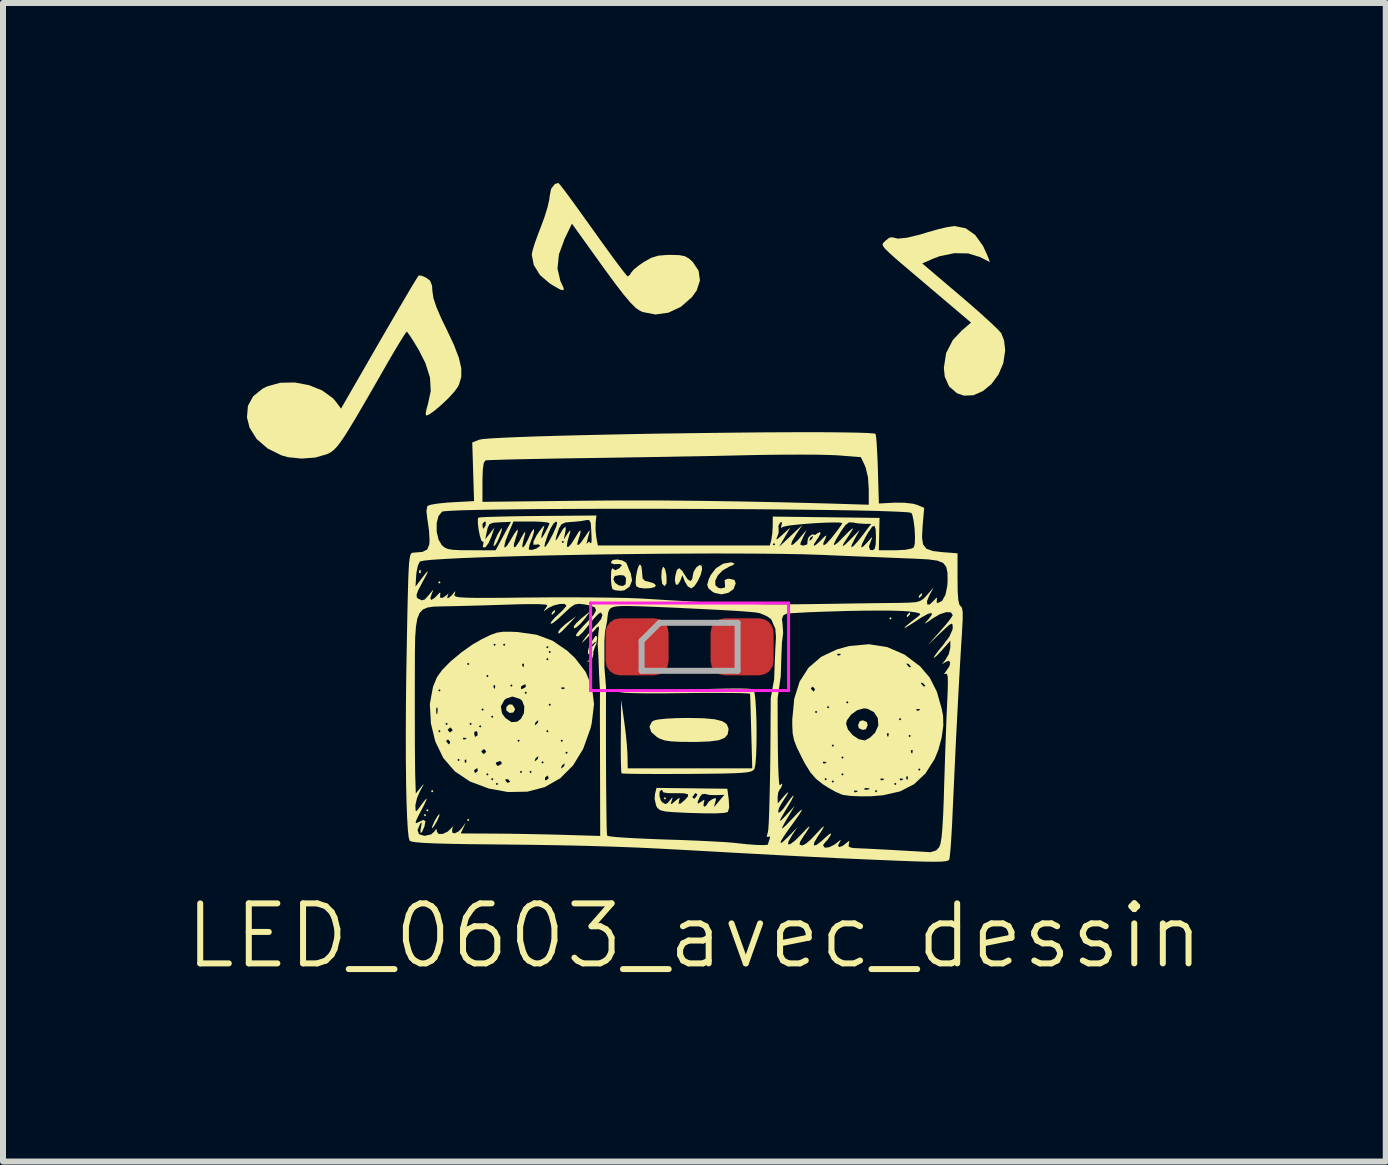
<source format=kicad_pcb>
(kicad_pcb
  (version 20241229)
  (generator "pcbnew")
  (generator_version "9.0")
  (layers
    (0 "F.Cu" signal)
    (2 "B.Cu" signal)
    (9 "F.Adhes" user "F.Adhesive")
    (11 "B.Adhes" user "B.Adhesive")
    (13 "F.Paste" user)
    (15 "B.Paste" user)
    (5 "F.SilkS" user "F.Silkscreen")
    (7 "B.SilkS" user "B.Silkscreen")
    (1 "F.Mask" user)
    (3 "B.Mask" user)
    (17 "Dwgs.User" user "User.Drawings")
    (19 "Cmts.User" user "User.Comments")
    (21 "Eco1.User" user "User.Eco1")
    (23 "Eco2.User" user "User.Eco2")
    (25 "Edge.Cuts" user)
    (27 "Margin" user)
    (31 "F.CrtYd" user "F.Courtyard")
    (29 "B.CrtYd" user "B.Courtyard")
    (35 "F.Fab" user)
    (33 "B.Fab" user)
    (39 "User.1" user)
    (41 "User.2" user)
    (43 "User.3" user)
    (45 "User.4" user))
  (footprint "LED_0603_avec_dessin"
    (layer "F.Cu")
    (at 8.446 8.133)
    (property "Reference" "LED_0603_avec_dessin" (at 0.08 4.42 0) (unlocked yes) (layer "F.SilkS") (effects (font (size 1 1) (thickness 0.1))))
    (attr board_only exclude_from_pos_files exclude_from_bom)
    (fp_poly (pts (xy -4.391 2.406) (xy -4.411 2.426) (xy -4.431 2.406) (xy -4.411 2.386)) (stroke (width 0) (type solid)) (fill yes) (layer "F.SilkS"))
    (fp_poly (pts (xy -4.351 2.326) (xy -4.371 2.346) (xy -4.391 2.326) (xy -4.371 2.306)) (stroke (width 0) (type solid)) (fill yes) (layer "F.SilkS"))
    (fp_poly (pts (xy -4.271 2.006) (xy -4.291 2.026) (xy -4.311 2.006) (xy -4.291 1.986)) (stroke (width 0) (type solid)) (fill yes) (layer "F.SilkS"))
    (fp_poly (pts (xy -4.151 -1.474) (xy -4.171 -1.454) (xy -4.191 -1.474) (xy -4.171 -1.494)) (stroke (width 0) (type solid)) (fill yes) (layer "F.SilkS"))
    (fp_poly (pts (xy -3.671 2.486) (xy -3.691 2.506) (xy -3.711 2.486) (xy -3.691 2.466)) (stroke (width 0) (type solid)) (fill yes) (layer "F.SilkS"))
    (fp_poly (pts (xy -0.391 2.126) (xy -0.411 2.146) (xy -0.431 2.126) (xy -0.411 2.106)) (stroke (width 0) (type solid)) (fill yes) (layer "F.SilkS"))
    (fp_poly (pts (xy 3.369 -0.874) (xy 3.349 -0.854) (xy 3.329 -0.874) (xy 3.349 -0.894)) (stroke (width 0) (type solid)) (fill yes) (layer "F.SilkS"))
    (fp_poly (pts (xy -4.485 -1.681) (xy -4.48 -1.633) (xy -4.485 -1.627) (xy -4.509 -1.633) (xy -4.511 -1.654) (xy -4.497 -1.687)) (stroke (width 0) (type solid)) (fill yes) (layer "F.SilkS"))
    (fp_poly (pts (xy -2.955 0.564) (xy -2.915 0.624) (xy -2.911 0.649) (xy -2.94 0.696) (xy -3.001 0.702) (xy -3.054 0.663) (xy -3.055 0.603) (xy -3.01 0.56)) (stroke (width 0) (type solid)) (fill yes) (layer "F.SilkS"))
    (fp_poly (pts (xy -2.244 -0.988) (xy -2.251 -0.974) (xy -2.289 -0.936) (xy -2.296 -0.934) (xy -2.299 -0.96) (xy -2.291 -0.974) (xy -2.254 -1.012) (xy -2.247 -1.014)) (stroke (width 0) (type solid)) (fill yes) (layer "F.SilkS"))
    (fp_poly (pts (xy 2.955 0.854) (xy 2.969 0.906) (xy 2.94 0.973) (xy 2.889 0.986) (xy 2.822 0.958) (xy 2.809 0.906) (xy 2.837 0.839) (xy 2.889 0.826)) (stroke (width 0) (type solid)) (fill yes) (layer "F.SilkS"))
    (fp_poly (pts (xy 3.676 -0.948) (xy 3.669 -0.934) (xy 3.631 -0.896) (xy 3.624 -0.894) (xy 3.621 -0.92) (xy 3.629 -0.934) (xy 3.666 -0.972) (xy 3.673 -0.974)) (stroke (width 0) (type solid)) (fill yes) (layer "F.SilkS"))
    (fp_poly (pts (xy 3.876 -1.268) (xy 3.869 -1.254) (xy 3.831 -1.216) (xy 3.824 -1.214) (xy 3.821 -1.24) (xy 3.829 -1.254) (xy 3.866 -1.292) (xy 3.873 -1.294)) (stroke (width 0) (type solid)) (fill yes) (layer "F.SilkS"))
    (fp_poly (pts (xy -2.029 -0.762) (xy -2.125 -0.662) (xy -2.177 -0.62) (xy -2.19 -0.63) (xy -2.183 -0.66) (xy -2.143 -0.712) (xy -2.062 -0.784) (xy -2.029 -0.809) (xy -1.891 -0.91)) (stroke (width 0) (type solid)) (fill yes) (layer "F.SilkS"))
    (fp_poly (pts (xy -1.749 -0.866) (xy -1.819 -0.784) (xy -1.882 -0.728) (xy -1.925 -0.707) (xy -1.931 -0.733) (xy -1.927 -0.746) (xy -1.884 -0.8) (xy -1.803 -0.875) (xy -1.78 -0.894) (xy -1.654 -0.994)) (stroke (width 0) (type solid)) (fill yes) (layer "F.SilkS"))
    (fp_poly (pts (xy -3.135 -2.334) (xy -3.167 -2.238) (xy -3.206 -2.151) (xy -3.243 -2.092) (xy -3.265 -2.079) (xy -3.268 -2.094) (xy -3.249 -2.166) (xy -3.203 -2.268) (xy -3.188 -2.294) (xy -3.142 -2.37) (xy -3.127 -2.378)) (stroke (width 0) (type solid)) (fill yes) (layer "F.SilkS"))
    (fp_poly (pts (xy -4.172 2.417) (xy -4.204 2.492) (xy -4.211 2.506) (xy -4.259 2.587) (xy -4.291 2.626) (xy -4.294 2.626) (xy -4.291 2.595) (xy -4.258 2.52) (xy -4.251 2.506) (xy -4.204 2.425) (xy -4.172 2.387) (xy -4.169 2.386)) (stroke (width 0) (type solid)) (fill yes) (layer "F.SilkS"))
    (fp_poly (pts (xy -0.41 -1.698) (xy -0.389 -1.61) (xy -0.385 -1.574) (xy -0.384 -1.46) (xy -0.411 -1.415) (xy -0.42 -1.414) (xy -0.457 -1.451) (xy -0.471 -1.559) (xy -0.471 -1.574) (xy -0.464 -1.674) (xy -0.444 -1.73) (xy -0.436 -1.734)) (stroke (width 0) (type solid)) (fill yes) (layer "F.SilkS"))
    (fp_poly (pts (xy -0.803 -1.739) (xy -0.792 -1.653) (xy -0.791 -1.636) (xy -0.783 -1.541) (xy -0.744 -1.499) (xy -0.685 -1.486) (xy -0.6 -1.46) (xy -0.561 -1.424) (xy -0.584 -1.394) (xy -0.658 -1.377) (xy -0.752 -1.373) (xy -0.839 -1.384) (xy -0.89 -1.411) (xy -0.89 -1.411) (xy -0.9 -1.473) (xy -0.893 -1.57) (xy -0.874 -1.672) (xy -0.848 -1.75) (xy -0.826 -1.774)) (stroke (width 0) (type solid)) (fill yes) (layer "F.SilkS"))
    (fp_poly (pts (xy 0.2 -1.754) (xy 0.209 -1.694) (xy 0.184 -1.597) (xy 0.136 -1.493) (xy 0.079 -1.409) (xy 0.027 -1.374) (xy 0.026 -1.374) (xy -0.03 -1.407) (xy -0.077 -1.484) (xy -0.12 -1.594) (xy -0.155 -1.501) (xy -0.196 -1.435) (xy -0.229 -1.439) (xy -0.245 -1.504) (xy -0.24 -1.573) (xy -0.212 -1.682) (xy -0.172 -1.711) (xy -0.119 -1.662) (xy -0.092 -1.615) (xy -0.032 -1.525) (xy 0.018 -1.496) (xy 0.046 -1.534) (xy 0.049 -1.566) (xy 0.068 -1.652) (xy 0.113 -1.725) (xy 0.166 -1.763)) (stroke (width 0) (type solid)) (fill yes) (layer "F.SilkS"))
    (fp_poly (pts (xy 0.234 0.791) (xy 0.42 0.808) (xy 0.545 0.84) (xy 0.618 0.888) (xy 0.647 0.956) (xy 0.649 0.982) (xy 0.634 1.063) (xy 0.582 1.12) (xy 0.484 1.158) (xy 0.329 1.178) (xy 0.108 1.186) (xy 0.045 1.186) (xy -0.164 1.184) (xy -0.312 1.176) (xy -0.416 1.16) (xy -0.494 1.133) (xy -0.541 1.107) (xy -0.639 1.021) (xy -0.669 0.931) (xy -0.631 0.853) (xy -0.594 0.828) (xy -0.525 0.812) (xy -0.395 0.798) (xy -0.222 0.789) (xy -0.025 0.786) (xy -0.023 0.786)) (stroke (width 0) (type solid)) (fill yes) (layer "F.SilkS"))
    (fp_poly (pts (xy 0.715 -1.803) (xy 0.75 -1.785) (xy 0.717 -1.76) (xy 0.661 -1.736) (xy 0.55 -1.673) (xy 0.47 -1.589) (xy 0.428 -1.501) (xy 0.43 -1.426) (xy 0.482 -1.381) (xy 0.53 -1.374) (xy 0.591 -1.39) (xy 0.59 -1.45) (xy 0.589 -1.454) (xy 0.584 -1.513) (xy 0.634 -1.533) (xy 0.666 -1.534) (xy 0.747 -1.515) (xy 0.769 -1.459) (xy 0.734 -1.364) (xy 0.647 -1.3) (xy 0.533 -1.275) (xy 0.417 -1.298) (xy 0.379 -1.32) (xy 0.313 -1.376) (xy 0.294 -1.434) (xy 0.318 -1.521) (xy 0.351 -1.594) (xy 0.439 -1.709) (xy 0.56 -1.786) (xy 0.687 -1.808)) (stroke (width 0) (type solid)) (fill yes) (layer "F.SilkS"))
    (fp_poly (pts (xy -1.54 -0.551) (xy -1.554 -0.451) (xy -1.579 -0.394) (xy -1.606 -0.312) (xy -1.605 -0.27) (xy -1.62 -0.214) (xy -1.66 -0.172) (xy -1.707 -0.138) (xy -1.698 -0.155) (xy -1.681 -0.174) (xy -1.641 -0.235) (xy -1.633 -0.279) (xy -1.662 -0.28) (xy -1.663 -0.279) (xy -1.693 -0.282) (xy -1.694 -0.335) (xy -1.678 -0.389) (xy -1.671 -0.389) (xy -1.652 -0.377) (xy -1.599 -0.428) (xy -1.586 -0.444) (xy -1.552 -0.491) (xy -1.573 -0.481) (xy -1.601 -0.459) (xy -1.657 -0.41) (xy -1.671 -0.389) (xy -1.678 -0.389) (xy -1.67 -0.414) (xy -1.626 -0.497) (xy -1.609 -0.521) (xy -1.57 -0.58) (xy -1.55 -0.58)) (stroke (width 0) (type solid)) (fill yes) (layer "F.SilkS"))
    (fp_poly (pts (xy -1.122 -1.84) (xy -1.059 -1.804) (xy -1.047 -1.784) (xy -1.011 -1.691) (xy -0.981 -1.624) (xy -0.959 -1.506) (xy -0.999 -1.404) (xy -1.087 -1.342) (xy -1.144 -1.334) (xy -1.236 -1.342) (xy -1.285 -1.361) (xy -1.301 -1.413) (xy -1.31 -1.516) (xy -1.31 -1.529) (xy -1.271 -1.529) (xy -1.244 -1.468) (xy -1.182 -1.425) (xy -1.114 -1.413) (xy -1.07 -1.44) (xy -1.065 -1.454) (xy -1.06 -1.548) (xy -1.094 -1.588) (xy -1.161 -1.596) (xy -1.247 -1.58) (xy -1.271 -1.529) (xy -1.31 -1.529) (xy -1.311 -1.571) (xy -1.305 -1.671) (xy -1.289 -1.711) (xy -1.279 -1.704) (xy -1.239 -1.676) (xy -1.176 -1.707) (xy -1.169 -1.713) (xy -1.128 -1.76) (xy -1.161 -1.781) (xy -1.261 -1.777) (xy -1.308 -1.796) (xy -1.311 -1.812) (xy -1.28 -1.848) (xy -1.206 -1.856)) (stroke (width 0) (type solid)) (fill yes) (layer "F.SilkS"))
    (fp_poly (pts (xy 4.604 -7.377) (xy 4.761 -7.266) (xy 4.893 -7.081) (xy 4.969 -6.914) (xy 5.007 -6.813) (xy 4.841 -6.898) (xy 4.644 -6.958) (xy 4.412 -6.962) (xy 4.169 -6.912) (xy 4.054 -6.868) (xy 3.879 -6.791) (xy 4.505 -6.259) (xy 4.699 -6.093) (xy 4.875 -5.937) (xy 5.023 -5.802) (xy 5.132 -5.698) (xy 5.192 -5.633) (xy 5.197 -5.626) (xy 5.243 -5.507) (xy 5.261 -5.349) (xy 5.261 -5.337) (xy 5.23 -5.128) (xy 5.15 -4.94) (xy 5.033 -4.781) (xy 4.89 -4.663) (xy 4.733 -4.594) (xy 4.574 -4.587) (xy 4.458 -4.627) (xy 4.326 -4.741) (xy 4.254 -4.904) (xy 4.239 -5.051) (xy 4.277 -5.297) (xy 4.388 -5.514) (xy 4.536 -5.671) (xy 4.692 -5.805) (xy 4.02 -6.375) (xy 3.772 -6.585) (xy 3.579 -6.749) (xy 3.433 -6.874) (xy 3.331 -6.966) (xy 3.265 -7.03) (xy 3.229 -7.075) (xy 3.217 -7.105) (xy 3.224 -7.128) (xy 3.244 -7.149) (xy 3.266 -7.171) (xy 3.333 -7.222) (xy 3.38 -7.227) (xy 3.472 -7.205) (xy 3.623 -7.22) (xy 3.839 -7.272) (xy 3.967 -7.311) (xy 4.135 -7.359) (xy 4.289 -7.395) (xy 4.402 -7.413) (xy 4.421 -7.414)) (stroke (width 0) (type solid)) (fill yes) (layer "F.SilkS"))
    (fp_poly (pts (xy -2.159 -8.102) (xy -2.091 -8.015) (xy -1.99 -7.879) (xy -1.864 -7.706) (xy -1.718 -7.502) (xy -1.612 -7.354) (xy -1.456 -7.136) (xy -1.315 -6.941) (xy -1.195 -6.779) (xy -1.103 -6.658) (xy -1.046 -6.588) (xy -1.03 -6.574) (xy -0.991 -6.606) (xy -0.977 -6.634) (xy -0.932 -6.688) (xy -0.841 -6.762) (xy -0.765 -6.814) (xy -0.638 -6.885) (xy -0.522 -6.921) (xy -0.377 -6.933) (xy -0.321 -6.934) (xy -0.174 -6.93) (xy -0.079 -6.912) (xy -0.007 -6.871) (xy 0.052 -6.817) (xy 0.15 -6.67) (xy 0.173 -6.508) (xy 0.119 -6.341) (xy 0.039 -6.229) (xy -0.146 -6.067) (xy -0.354 -5.97) (xy -0.57 -5.94) (xy -0.78 -5.981) (xy -0.831 -6.004) (xy -0.899 -6.051) (xy -0.987 -6.139) (xy -1.1 -6.273) (xy -1.244 -6.46) (xy -1.425 -6.707) (xy -1.466 -6.764) (xy -1.961 -7.454) (xy -2.082 -7.204) (xy -2.178 -6.942) (xy -2.202 -6.706) (xy -2.154 -6.498) (xy -2.137 -6.464) (xy -2.099 -6.379) (xy -2.103 -6.343) (xy -2.155 -6.355) (xy -2.262 -6.415) (xy -2.326 -6.454) (xy -2.493 -6.596) (xy -2.598 -6.766) (xy -2.631 -6.937) (xy -2.617 -7.01) (xy -2.578 -7.136) (xy -2.521 -7.293) (xy -2.484 -7.387) (xy -2.419 -7.563) (xy -2.368 -7.729) (xy -2.338 -7.86) (xy -2.334 -7.904) (xy -2.309 -8.035) (xy -2.246 -8.116) (xy -2.188 -8.133)) (stroke (width 0) (type solid)) (fill yes) (layer "F.SilkS"))
    (fp_poly (pts (xy 0.952 0.298) (xy 1.044 0.304) (xy 1.065 0.309) (xy 1.083 0.365) (xy 1.097 0.483) (xy 1.108 0.647) (xy 1.115 0.84) (xy 1.117 1.044) (xy 1.115 1.243) (xy 1.109 1.418) (xy 1.098 1.554) (xy 1.082 1.633) (xy 1.077 1.641) (xy 1.056 1.662) (xy 1.02 1.679) (xy 0.96 1.692) (xy 0.868 1.701) (xy 0.734 1.708) (xy 0.548 1.713) (xy 0.302 1.716) (xy -0.015 1.719) (xy -0.046 1.719) (xy -0.331 1.72) (xy -0.588 1.72) (xy -0.808 1.719) (xy -0.979 1.717) (xy -1.092 1.714) (xy -1.135 1.71) (xy -1.135 1.709) (xy -1.14 1.666) (xy -1.144 1.556) (xy -1.147 1.396) (xy -1.147 1.198) (xy -1.146 1.089) (xy -1.141 0.486) (xy -1.09 0.846) (xy -1.065 1.038) (xy -1.046 1.229) (xy -1.036 1.384) (xy -1.035 1.416) (xy -1.031 1.626) (xy 0.007 1.626) (xy 1.045 1.626) (xy 1.028 1.016) (xy 1.022 0.803) (xy 1.017 0.619) (xy 1.013 0.479) (xy 1.01 0.397) (xy 1.01 0.382) (xy 0.971 0.377) (xy 0.863 0.372) (xy 0.695 0.37) (xy 0.478 0.369) (xy 0.221 0.369) (xy -0.064 0.372) (xy -0.091 0.372) (xy -0.448 0.376) (xy -0.729 0.376) (xy -0.939 0.372) (xy -1.084 0.366) (xy -1.166 0.355) (xy -1.191 0.341) (xy -1.155 0.315) (xy -1.045 0.318) (xy -1.021 0.321) (xy -0.933 0.326) (xy -0.778 0.328) (xy -0.572 0.327) (xy -0.327 0.322) (xy -0.057 0.315) (xy 0.089 0.31) (xy 0.356 0.302) (xy 0.596 0.297) (xy 0.799 0.295)) (stroke (width 0) (type solid)) (fill yes) (layer "F.SilkS"))
    (fp_poly (pts (xy -4.466 -6.586) (xy -4.391 -6.554) (xy -4.325 -6.502) (xy -4.294 -6.422) (xy -4.287 -6.327) (xy -4.27 -6.212) (xy -4.22 -6.062) (xy -4.135 -5.865) (xy -4.054 -5.7) (xy -3.928 -5.432) (xy -3.846 -5.218) (xy -3.806 -5.044) (xy -3.806 -4.9) (xy -3.843 -4.773) (xy -3.863 -4.734) (xy -3.924 -4.65) (xy -4.02 -4.545) (xy -4.134 -4.437) (xy -4.246 -4.341) (xy -4.339 -4.275) (xy -4.391 -4.254) (xy -4.4 -4.287) (xy -4.384 -4.373) (xy -4.364 -4.437) (xy -4.315 -4.663) (xy -4.328 -4.89) (xy -4.405 -5.132) (xy -4.514 -5.347) (xy -4.596 -5.483) (xy -4.663 -5.588) (xy -4.706 -5.647) (xy -4.714 -5.653) (xy -4.741 -5.621) (xy -4.799 -5.53) (xy -4.883 -5.393) (xy -4.984 -5.222) (xy -5.052 -5.104) (xy -5.253 -4.753) (xy -5.419 -4.466) (xy -5.554 -4.234) (xy -5.664 -4.052) (xy -5.751 -3.913) (xy -5.821 -3.81) (xy -5.879 -3.736) (xy -5.928 -3.685) (xy -5.973 -3.649) (xy -6.019 -3.623) (xy -6.045 -3.611) (xy -6.24 -3.555) (xy -6.468 -3.538) (xy -6.694 -3.561) (xy -6.801 -3.591) (xy -7.036 -3.707) (xy -7.217 -3.864) (xy -7.335 -4.053) (xy -7.379 -4.224) (xy -7.363 -4.417) (xy -7.274 -4.579) (xy -7.114 -4.706) (xy -7.044 -4.741) (xy -6.824 -4.802) (xy -6.584 -4.807) (xy -6.343 -4.762) (xy -6.123 -4.673) (xy -5.945 -4.543) (xy -5.885 -4.473) (xy -5.811 -4.371) (xy -5.176 -5.474) (xy -5.02 -5.743) (xy -4.876 -5.99) (xy -4.75 -6.205) (xy -4.646 -6.381) (xy -4.569 -6.508) (xy -4.524 -6.58) (xy -4.515 -6.591)) (stroke (width 0) (type solid)) (fill yes) (layer "F.SilkS"))
    (fp_poly (pts (xy 0.039 1.959) (xy 0.629 1.966) (xy 0.653 2.146) (xy 0.66 2.279) (xy 0.639 2.351) (xy 0.633 2.356) (xy 0.568 2.37) (xy 0.431 2.377) (xy 0.232 2.376) (xy -0.02 2.369) (xy -0.263 2.357) (xy -0.405 2.345) (xy -0.489 2.324) (xy -0.536 2.287) (xy -0.558 2.247) (xy -0.583 2.133) (xy -0.579 2.087) (xy -0.502 2.087) (xy -0.479 2.161) (xy -0.451 2.196) (xy -0.402 2.222) (xy -0.362 2.2) (xy -0.326 2.156) (xy -0.287 2.11) (xy -0.287 2.131) (xy -0.298 2.166) (xy -0.314 2.22) (xy -0.296 2.219) (xy -0.237 2.168) (xy -0.177 2.121) (xy -0.164 2.128) (xy -0.174 2.158) (xy -0.185 2.217) (xy -0.149 2.213) (xy -0.121 2.189) (xy 0.133 2.189) (xy 0.143 2.214) (xy 0.196 2.181) (xy 0.244 2.148) (xy 0.246 2.173) (xy 0.237 2.196) (xy 0.232 2.254) (xy 0.25 2.266) (xy 0.288 2.236) (xy 0.289 2.228) (xy 0.32 2.181) (xy 0.372 2.144) (xy 0.432 2.119) (xy 0.44 2.149) (xy 0.427 2.193) (xy 0.411 2.256) (xy 0.414 2.266) (xy 0.449 2.224) (xy 0.504 2.157) (xy 0.579 2.068) (xy 0.44 2.073) (xy 0.333 2.07) (xy 0.26 2.053) (xy 0.257 2.051) (xy 0.206 2.059) (xy 0.171 2.102) (xy 0.133 2.189) (xy -0.121 2.189) (xy -0.073 2.148) (xy -0.042 2.111) (xy 0.049 2.111) (xy 0.073 2.133) (xy 0.089 2.126) (xy 0.127 2.073) (xy 0.129 2.061) (xy 0.104 2.04) (xy 0.089 2.046) (xy 0.05 2.099) (xy 0.049 2.111) (xy -0.042 2.111) (xy -0.025 2.091) (xy -0.029 2.057) (xy -0.093 2.042) (xy -0.226 2.04) (xy -0.258 2.041) (xy -0.37 2.039) (xy -0.436 2.027) (xy -0.445 2.016) (xy -0.457 1.988) (xy -0.472 1.986) (xy -0.5 2.017) (xy -0.502 2.087) (xy -0.579 2.087) (xy -0.576 2.052) (xy -0.551 1.952)) (stroke (width 0) (type solid)) (fill yes) (layer "F.SilkS"))
    (fp_poly (pts (xy 3.296 -0.395) (xy 3.584 -0.27) (xy 3.845 -0.073) (xy 4.005 0.116) (xy 4.123 0.35) (xy 4.206 0.643) (xy 4.226 0.751) (xy 4.23 0.914) (xy 4.202 1.114) (xy 4.148 1.317) (xy 4.085 1.471) (xy 3.932 1.712) (xy 3.743 1.89) (xy 3.51 2.01) (xy 3.225 2.075) (xy 3.029 2.091) (xy 2.85 2.093) (xy 2.688 2.086) (xy 2.569 2.071) (xy 2.543 2.065) (xy 2.439 2.02) (xy 2.402 1.999) (xy 2.742 1.999) (xy 2.747 2.023) (xy 2.769 2.026) (xy 2.801 2.012) (xy 2.799 2.006) (xy 3.089 2.006) (xy 3.109 2.026) (xy 3.129 2.006) (xy 3.109 1.986) (xy 3.089 2.006) (xy 2.799 2.006) (xy 2.795 1.999) (xy 2.748 1.995) (xy 2.742 1.999) (xy 2.402 1.999) (xy 2.361 1.977) (xy 2.906 1.977) (xy 2.945 1.983) (xy 2.997 1.976) (xy 2.998 1.962) (xy 2.944 1.952) (xy 2.921 1.959) (xy 2.906 1.977) (xy 2.361 1.977) (xy 2.307 1.946) (xy 2.223 1.892) (xy 2.215 1.886) (xy 3.409 1.886) (xy 3.429 1.906) (xy 3.449 1.886) (xy 3.429 1.866) (xy 3.409 1.886) (xy 2.215 1.886) (xy 2.165 1.846) (xy 2.369 1.846) (xy 2.389 1.866) (xy 2.409 1.846) (xy 2.389 1.826) (xy 2.369 1.846) (xy 2.165 1.846) (xy 2.114 1.806) (xy 2.249 1.806) (xy 2.269 1.826) (xy 2.289 1.806) (xy 2.282 1.799) (xy 3.182 1.799) (xy 3.187 1.823) (xy 3.209 1.826) (xy 3.241 1.812) (xy 3.235 1.799) (xy 3.502 1.799) (xy 3.507 1.823) (xy 3.529 1.826) (xy 3.561 1.812) (xy 3.555 1.799) (xy 3.508 1.795) (xy 3.502 1.799) (xy 3.235 1.799) (xy 3.188 1.795) (xy 3.182 1.799) (xy 2.282 1.799) (xy 2.269 1.786) (xy 3.609 1.786) (xy 3.623 1.819) (xy 3.635 1.813) (xy 3.64 1.765) (xy 3.635 1.759) (xy 3.611 1.765) (xy 3.609 1.786) (xy 2.269 1.786) (xy 2.249 1.806) (xy 2.114 1.806) (xy 2.109 1.802) (xy 2.043 1.726) (xy 2.529 1.726) (xy 2.549 1.746) (xy 2.569 1.726) (xy 2.549 1.706) (xy 2.529 1.726) (xy 2.043 1.726) (xy 2.016 1.696) (xy 1.985 1.646) (xy 3.809 1.646) (xy 3.829 1.666) (xy 3.849 1.646) (xy 3.829 1.626) (xy 3.809 1.646) (xy 1.985 1.646) (xy 1.926 1.551) (xy 1.909 1.519) (xy 2.222 1.519) (xy 2.227 1.543) (xy 2.249 1.546) (xy 2.281 1.532) (xy 2.275 1.519) (xy 2.228 1.515) (xy 2.222 1.519) (xy 1.909 1.519) (xy 1.871 1.446) (xy 2.529 1.446) (xy 2.549 1.466) (xy 2.569 1.446) (xy 2.549 1.426) (xy 2.529 1.446) (xy 1.871 1.446) (xy 1.869 1.442) (xy 1.822 1.346) (xy 3.689 1.346) (xy 3.703 1.379) (xy 3.715 1.373) (xy 3.72 1.325) (xy 3.715 1.319) (xy 3.691 1.325) (xy 3.689 1.346) (xy 1.822 1.346) (xy 1.79 1.282) (xy 1.776 1.246) (xy 2.369 1.246) (xy 2.389 1.266) (xy 2.409 1.246) (xy 2.389 1.226) (xy 2.369 1.246) (xy 1.776 1.246) (xy 1.743 1.16) (xy 1.719 1.048) (xy 1.712 0.915) (xy 1.712 0.886) (xy 2.609 0.886) (xy 2.641 0.98) (xy 2.72 1.073) (xy 2.82 1.14) (xy 2.916 1.16) (xy 2.928 1.158) (xy 3.011 1.112) (xy 3.058 1.066) (xy 3.289 1.066) (xy 3.303 1.099) (xy 3.315 1.093) (xy 3.316 1.086) (xy 3.649 1.086) (xy 3.669 1.106) (xy 3.689 1.086) (xy 3.669 1.066) (xy 3.649 1.086) (xy 3.316 1.086) (xy 3.32 1.045) (xy 3.315 1.039) (xy 3.291 1.045) (xy 3.289 1.066) (xy 3.058 1.066) (xy 3.092 1.033) (xy 3.147 0.91) (xy 3.139 0.806) (xy 3.489 0.806) (xy 3.509 0.826) (xy 3.529 0.806) (xy 3.509 0.786) (xy 3.489 0.806) (xy 3.139 0.806) (xy 3.138 0.788) (xy 3.073 0.688) (xy 2.977 0.639) (xy 3.782 0.639) (xy 3.787 0.663) (xy 3.809 0.666) (xy 3.841 0.652) (xy 3.835 0.639) (xy 3.788 0.635) (xy 3.782 0.639) (xy 2.977 0.639) (xy 2.961 0.632) (xy 2.906 0.626) (xy 2.796 0.656) (xy 2.693 0.73) (xy 2.623 0.825) (xy 2.609 0.886) (xy 1.712 0.886) (xy 1.712 0.806) (xy 1.724 0.686) (xy 2.089 0.686) (xy 2.109 0.706) (xy 2.129 0.686) (xy 2.109 0.666) (xy 2.089 0.686) (xy 1.724 0.686) (xy 1.732 0.606) (xy 2.289 0.606) (xy 2.309 0.626) (xy 2.329 0.606) (xy 2.309 0.586) (xy 2.289 0.606) (xy 1.732 0.606) (xy 1.739 0.526) (xy 2.609 0.526) (xy 2.629 0.546) (xy 2.649 0.526) (xy 2.629 0.506) (xy 2.609 0.526) (xy 1.739 0.526) (xy 1.745 0.465) (xy 1.8 0.291) (xy 2.022 0.291) (xy 2.029 0.306) (xy 2.064 0.344) (xy 2.071 0.346) (xy 2.088 0.315) (xy 2.089 0.306) (xy 2.058 0.268) (xy 2.046 0.266) (xy 2.022 0.291) (xy 1.8 0.291) (xy 1.829 0.198) (xy 3.855 0.198) (xy 3.865 0.22) (xy 3.905 0.263) (xy 3.928 0.254) (xy 3.929 0.249) (xy 3.9 0.215) (xy 3.882 0.202) (xy 3.855 0.198) (xy 1.829 0.198) (xy 1.835 0.179) (xy 1.984 -0.053) (xy 2.065 -0.122) (xy 3.615 -0.122) (xy 3.625 -0.1) (xy 3.665 -0.057) (xy 3.688 -0.066) (xy 3.689 -0.071) (xy 3.66 -0.105) (xy 3.642 -0.118) (xy 3.615 -0.122) (xy 2.065 -0.122) (xy 2.191 -0.231) (xy 2.295 -0.281) (xy 2.462 -0.281) (xy 2.467 -0.257) (xy 2.489 -0.254) (xy 2.521 -0.268) (xy 2.515 -0.281) (xy 2.468 -0.285) (xy 2.462 -0.281) (xy 2.295 -0.281) (xy 2.46 -0.358) (xy 2.661 -0.413) (xy 2.988 -0.443)) (stroke (width 0) (type solid)) (fill yes) (layer "F.SilkS"))
    (fp_poly (pts (xy -2.863 -0.646) (xy -2.552 -0.602) (xy -2.285 -0.502) (xy -2.043 -0.337) (xy -1.909 -0.212) (xy -1.732 0.019) (xy -1.627 0.273) (xy -1.593 0.556) (xy -1.631 0.872) (xy -1.651 0.958) (xy -1.773 1.3) (xy -1.943 1.578) (xy -2.157 1.792) (xy -2.412 1.938) (xy -2.704 2.015) (xy -3.029 2.021) (xy -3.351 1.962) (xy -3.552 1.886) (xy -3.231 1.886) (xy -3.211 1.906) (xy -3.191 1.886) (xy -3.211 1.866) (xy -3.231 1.886) (xy -3.552 1.886) (xy -3.663 1.845) (xy -3.72 1.806) (xy -3.311 1.806) (xy -3.291 1.826) (xy -3.289 1.824) (xy -3.071 1.824) (xy -3.042 1.865) (xy -3.031 1.866) (xy -2.993 1.853) (xy -2.991 1.849) (xy -3.02 1.814) (xy -3.031 1.806) (xy -3.068 1.809) (xy -3.071 1.824) (xy -3.289 1.824) (xy -3.271 1.806) (xy -3.291 1.786) (xy -2.411 1.786) (xy -2.408 1.823) (xy -2.394 1.826) (xy -2.353 1.797) (xy -2.351 1.786) (xy -2.365 1.747) (xy -2.369 1.746) (xy -2.403 1.774) (xy -2.411 1.786) (xy -3.291 1.786) (xy -3.311 1.806) (xy -3.72 1.806) (xy -3.839 1.726) (xy -3.391 1.726) (xy -3.371 1.746) (xy -3.351 1.726) (xy -3.371 1.706) (xy -3.391 1.726) (xy -3.839 1.726) (xy -3.914 1.676) (xy -3.922 1.666) (xy -3.591 1.666) (xy -3.578 1.705) (xy -3.574 1.706) (xy -3.549 1.686) (xy -2.831 1.686) (xy -2.811 1.706) (xy -2.791 1.686) (xy -2.671 1.686) (xy -2.651 1.706) (xy -2.631 1.686) (xy -2.651 1.666) (xy -2.671 1.686) (xy -2.791 1.686) (xy -2.811 1.666) (xy -2.831 1.686) (xy -3.549 1.686) (xy -3.54 1.678) (xy -3.531 1.666) (xy -3.535 1.629) (xy -3.549 1.626) (xy -3.59 1.655) (xy -3.591 1.666) (xy -3.922 1.666) (xy -3.959 1.624) (xy -2.142 1.624) (xy -2.136 1.626) (xy -2.1 1.598) (xy -2.091 1.586) (xy -2.081 1.549) (xy -2.087 1.546) (xy -2.123 1.574) (xy -2.131 1.586) (xy -2.142 1.624) (xy -3.959 1.624) (xy -4.026 1.546) (xy -3.231 1.546) (xy -3.203 1.585) (xy -3.194 1.586) (xy -3.14 1.557) (xy -3.131 1.546) (xy -3.137 1.526) (xy -2.471 1.526) (xy -2.451 1.546) (xy -2.431 1.526) (xy -2.451 1.506) (xy -2.471 1.526) (xy -3.137 1.526) (xy -3.141 1.512) (xy -3.169 1.506) (xy -3.224 1.527) (xy -3.231 1.546) (xy -4.026 1.546) (xy -4.078 1.486) (xy -3.871 1.486) (xy -3.851 1.506) (xy -3.751 1.506) (xy -3.737 1.539) (xy -3.725 1.533) (xy -3.722 1.504) (xy -2.582 1.504) (xy -2.576 1.506) (xy -2.54 1.478) (xy -2.531 1.466) (xy -2.521 1.429) (xy -2.527 1.426) (xy -2.563 1.454) (xy -2.571 1.466) (xy -2.582 1.504) (xy -3.722 1.504) (xy -3.72 1.485) (xy -3.725 1.479) (xy -3.749 1.485) (xy -3.751 1.506) (xy -3.851 1.506) (xy -3.831 1.486) (xy -3.851 1.466) (xy -3.871 1.486) (xy -4.078 1.486) (xy -4.106 1.454) (xy -4.158 1.346) (xy -3.471 1.346) (xy -3.441 1.385) (xy -3.431 1.386) (xy -3.406 1.366) (xy -2.071 1.366) (xy -2.051 1.386) (xy -2.031 1.366) (xy -2.051 1.346) (xy -2.071 1.366) (xy -3.406 1.366) (xy -3.393 1.356) (xy -3.391 1.346) (xy -3.422 1.307) (xy -3.431 1.306) (xy -3.47 1.337) (xy -3.471 1.346) (xy -4.158 1.346) (xy -4.24 1.177) (xy -4.241 1.171) (xy -4.058 1.171) (xy -4.051 1.186) (xy -4.016 1.224) (xy -4.009 1.226) (xy -3.992 1.195) (xy -3.991 1.186) (xy -4.007 1.166) (xy -2.871 1.166) (xy -2.851 1.186) (xy -2.831 1.166) (xy -2.151 1.166) (xy -2.131 1.186) (xy -2.111 1.166) (xy -2.131 1.146) (xy -2.151 1.166) (xy -2.831 1.166) (xy -2.851 1.146) (xy -2.871 1.166) (xy -4.007 1.166) (xy -4.022 1.148) (xy -4.034 1.146) (xy -4.058 1.171) (xy -4.241 1.171) (xy -4.254 1.119) (xy -3.778 1.119) (xy -3.773 1.143) (xy -3.751 1.146) (xy -3.719 1.132) (xy -3.725 1.119) (xy -3.772 1.115) (xy -3.778 1.119) (xy -4.254 1.119) (xy -4.272 1.044) (xy -3.591 1.044) (xy -3.578 1.102) (xy -3.544 1.084) (xy -3.533 1.069) (xy -3.538 1.018) (xy -3.551 1.007) (xy -3.586 1.015) (xy -3.591 1.044) (xy -4.272 1.044) (xy -4.281 1.006) (xy -4.191 1.006) (xy -4.171 1.026) (xy -4.151 1.006) (xy -4.171 0.986) (xy -4.031 0.986) (xy -4.001 1.025) (xy -3.991 1.026) (xy -3.966 1.006) (xy -2.391 1.006) (xy -2.371 1.026) (xy -2.351 1.006) (xy -2.371 0.986) (xy -2.391 1.006) (xy -3.966 1.006) (xy -3.953 0.996) (xy -3.951 0.986) (xy -3.982 0.947) (xy -3.991 0.946) (xy -4.03 0.977) (xy -4.031 0.986) (xy -4.171 0.986) (xy -4.191 1.006) (xy -4.281 1.006) (xy -4.301 0.926) (xy -3.511 0.926) (xy -3.491 0.946) (xy -3.471 0.926) (xy -3.491 0.906) (xy -3.511 0.926) (xy -4.301 0.926) (xy -4.31 0.886) (xy -4.071 0.886) (xy -4.051 0.906) (xy -4.031 0.886) (xy -3.671 0.886) (xy -3.651 0.906) (xy -3.649 0.904) (xy -2.582 0.904) (xy -2.576 0.906) (xy -2.54 0.878) (xy -2.531 0.866) (xy -2.521 0.829) (xy -2.527 0.826) (xy -2.563 0.854) (xy -2.571 0.866) (xy -2.582 0.904) (xy -3.649 0.904) (xy -3.631 0.886) (xy -3.651 0.866) (xy -3.671 0.886) (xy -4.031 0.886) (xy -4.051 0.866) (xy -4.071 0.886) (xy -4.31 0.886) (xy -4.313 0.877) (xy -4.318 0.766) (xy -3.311 0.766) (xy -3.291 0.786) (xy -3.271 0.766) (xy -3.291 0.746) (xy -3.311 0.766) (xy -4.318 0.766) (xy -4.324 0.666) (xy -4.225 0.666) (xy -4.219 0.723) (xy -4.205 0.716) (xy -4.2 0.646) (xy -3.471 0.646) (xy -3.451 0.666) (xy -3.431 0.646) (xy -3.451 0.626) (xy -3.471 0.646) (xy -4.2 0.646) (xy -4.2 0.634) (xy -4.205 0.616) (xy -4.22 0.611) (xy -4.225 0.666) (xy -4.324 0.666) (xy -4.328 0.594) (xy -3.146 0.594) (xy -3.128 0.709) (xy -3.071 0.786) (xy -2.969 0.856) (xy -2.875 0.849) (xy -2.814 0.803) (xy -2.762 0.708) (xy -2.755 0.597) (xy -2.766 0.566) (xy -2.351 0.566) (xy -2.331 0.586) (xy -2.311 0.566) (xy -2.331 0.546) (xy -2.351 0.566) (xy -2.766 0.566) (xy -2.791 0.501) (xy -2.829 0.468) (xy -2.955 0.429) (xy -3.059 0.463) (xy -3.089 0.489) (xy -3.146 0.594) (xy -4.328 0.594) (xy -4.33 0.555) (xy -4.296 0.366) (xy -2.751 0.366) (xy -2.731 0.386) (xy -2.711 0.366) (xy -2.731 0.346) (xy -2.751 0.366) (xy -4.296 0.366) (xy -4.288 0.326) (xy -4.191 0.326) (xy -4.171 0.346) (xy -4.151 0.326) (xy -4.171 0.306) (xy -4.191 0.326) (xy -4.288 0.326) (xy -4.277 0.266) (xy -3.271 0.266) (xy -3.257 0.299) (xy -3.245 0.293) (xy -3.24 0.246) (xy -2.991 0.246) (xy -2.971 0.266) (xy -2.811 0.266) (xy -2.81 0.303) (xy -2.796 0.306) (xy -2.745 0.279) (xy -2.138 0.279) (xy -2.133 0.303) (xy -2.111 0.306) (xy -2.079 0.292) (xy -2.085 0.279) (xy -2.132 0.275) (xy -2.138 0.279) (xy -2.745 0.279) (xy -2.74 0.277) (xy -2.731 0.266) (xy -2.733 0.229) (xy -2.747 0.226) (xy -2.803 0.255) (xy -2.811 0.266) (xy -2.971 0.266) (xy -2.951 0.246) (xy -2.971 0.226) (xy -2.991 0.246) (xy -3.24 0.246) (xy -3.24 0.245) (xy -3.245 0.239) (xy -3.269 0.245) (xy -3.271 0.266) (xy -4.277 0.266) (xy -4.277 0.265) (xy -4.212 0.108) (xy -4.197 0.086) (xy -3.391 0.086) (xy -3.371 0.106) (xy -3.351 0.086) (xy -3.371 0.066) (xy -3.391 0.086) (xy -4.197 0.086) (xy -4.124 -0.015) (xy -4.027 -0.114) (xy -3.711 -0.114) (xy -3.691 -0.094) (xy -2.791 -0.094) (xy -2.777 -0.061) (xy -2.765 -0.067) (xy -2.76 -0.115) (xy -2.765 -0.121) (xy -2.789 -0.115) (xy -2.791 -0.094) (xy -3.691 -0.094) (xy -3.671 -0.114) (xy -3.691 -0.134) (xy -3.711 -0.114) (xy -4.027 -0.114) (xy -3.983 -0.158) (xy -3.94 -0.194) (xy -2.391 -0.194) (xy -2.371 -0.174) (xy -2.351 -0.194) (xy -2.371 -0.214) (xy -2.391 -0.194) (xy -3.94 -0.194) (xy -3.808 -0.304) (xy -3.795 -0.314) (xy -2.351 -0.314) (xy -2.331 -0.294) (xy -2.311 -0.314) (xy -2.331 -0.334) (xy -2.351 -0.314) (xy -3.795 -0.314) (xy -3.681 -0.394) (xy -2.391 -0.394) (xy -2.371 -0.374) (xy -2.351 -0.394) (xy -2.371 -0.414) (xy -2.391 -0.394) (xy -3.681 -0.394) (xy -3.625 -0.434) (xy -3.271 -0.434) (xy -3.251 -0.414) (xy -3.231 -0.434) (xy -3.111 -0.434) (xy -3.091 -0.414) (xy -3.071 -0.434) (xy -3.091 -0.454) (xy -3.111 -0.434) (xy -3.231 -0.434) (xy -3.251 -0.454) (xy -3.271 -0.434) (xy -3.625 -0.434) (xy -3.62 -0.437) (xy -3.461 -0.529) (xy -3.323 -0.596) (xy -3.217 -0.635) (xy -3.112 -0.651) (xy -2.977 -0.651)) (stroke (width 0) (type solid)) (fill yes) (layer "F.SilkS"))
    (fp_poly (pts (xy 2.306 -3.977) (xy 2.586 -3.974) (xy 2.812 -3.97) (xy 2.978 -3.964) (xy 3.076 -3.956) (xy 3.1 -3.95) (xy 3.109 -3.904) (xy 3.119 -3.793) (xy 3.128 -3.631) (xy 3.137 -3.435) (xy 3.139 -3.358) (xy 3.156 -2.789) (xy 3.415 -2.803) (xy 3.579 -2.802) (xy 3.722 -2.786) (xy 3.792 -2.767) (xy 3.911 -2.717) (xy 3.885 -2.412) (xy 3.875 -2.227) (xy 3.892 -2.107) (xy 3.948 -2.035) (xy 4.054 -1.997) (xy 4.223 -1.977) (xy 4.23 -1.977) (xy 4.467 -1.959) (xy 4.467 -1.529) (xy 4.47 -1.319) (xy 4.48 -1.18) (xy 4.498 -1.102) (xy 4.518 -1.078) (xy 4.541 -1.05) (xy 4.553 -0.981) (xy 4.553 -0.859) (xy 4.543 -0.672) (xy 4.542 -0.644) (xy 4.525 -0.384) (xy 4.506 -0.06) (xy 4.485 0.312) (xy 4.464 0.717) (xy 4.442 1.139) (xy 4.422 1.562) (xy 4.403 1.971) (xy 4.388 2.299) (xy 4.377 2.546) (xy 4.364 2.768) (xy 4.352 2.95) (xy 4.34 3.079) (xy 4.33 3.145) (xy 4.328 3.149) (xy 4.31 3.163) (xy 4.27 3.174) (xy 4.2 3.181) (xy 4.093 3.183) (xy 3.94 3.182) (xy 3.734 3.176) (xy 3.467 3.166) (xy 3.131 3.152) (xy 2.987 3.146) (xy 2.529 3.126) (xy 2.022 3.101) (xy 1.458 3.072) (xy 0.83 3.038) (xy 0.132 2.999) (xy 0.027 2.993) (xy -0.433 2.968) (xy -0.868 2.947) (xy -1.297 2.931) (xy -1.735 2.918) (xy -2.201 2.908) (xy -2.713 2.9) (xy -3.285 2.894) (xy -3.683 2.89) (xy -4.006 2.884) (xy -4.258 2.877) (xy -4.446 2.868) (xy -4.573 2.857) (xy -4.646 2.844) (xy -4.665 2.835) (xy -4.683 2.777) (xy -4.697 2.646) (xy -4.709 2.445) (xy -4.719 2.182) (xy -4.726 1.862) (xy -4.73 1.491) (xy -4.731 1.074) (xy -4.729 0.617) (xy -4.729 0.608) (xy -4.581 0.608) (xy -4.58 0.911) (xy -4.58 1.189) (xy -4.578 1.43) (xy -4.576 1.619) (xy -4.574 1.742) (xy -4.574 1.748) (xy -4.564 2.045) (xy -4.485 1.948) (xy -4.439 1.894) (xy -4.433 1.895) (xy -4.467 1.958) (xy -4.489 1.996) (xy -4.543 2.118) (xy -4.57 2.235) (xy -4.571 2.256) (xy -4.567 2.333) (xy -4.549 2.338) (xy -4.513 2.291) (xy -4.429 2.177) (xy -4.386 2.129) (xy -4.385 2.148) (xy -4.425 2.235) (xy -4.449 2.28) (xy -4.524 2.423) (xy -4.562 2.506) (xy -4.566 2.54) (xy -4.538 2.533) (xy -4.523 2.524) (xy -4.438 2.485) (xy -4.404 2.507) (xy -4.419 2.591) (xy -4.42 2.595) (xy -4.46 2.686) (xy -4.484 2.706) (xy -4.487 2.656) (xy -4.476 2.601) (xy -4.465 2.533) (xy -4.48 2.536) (xy -4.491 2.551) (xy -4.535 2.654) (xy -4.511 2.724) (xy -4.422 2.751) (xy -4.415 2.751) (xy -4.308 2.727) (xy -4.256 2.681) (xy -4.224 2.634) (xy -4.215 2.657) (xy -4.214 2.677) (xy -4.185 2.72) (xy -4.117 2.72) (xy -4.036 2.683) (xy -3.983 2.634) (xy -3.947 2.593) (xy -3.95 2.62) (xy -3.957 2.641) (xy -3.957 2.698) (xy -3.915 2.71) (xy -3.85 2.677) (xy -3.797 2.621) (xy -3.731 2.531) (xy -3.773 2.621) (xy -3.816 2.711) (xy -3.264 2.714) (xy -3.007 2.716) (xy -2.705 2.721) (xy -2.397 2.727) (xy -2.118 2.734) (xy -2.102 2.735) (xy -1.49 2.753) (xy -1.494 1.042) (xy -1.495 0.875) (xy -1.394 0.875) (xy -1.394 1.251) (xy -1.393 1.604) (xy -1.391 1.923) (xy -1.388 2.202) (xy -1.385 2.432) (xy -1.382 2.606) (xy -1.378 2.714) (xy -1.374 2.749) (xy -1.33 2.76) (xy -1.217 2.772) (xy -1.047 2.784) (xy -0.831 2.795) (xy -0.58 2.806) (xy -0.413 2.812) (xy -0.131 2.821) (xy 0.139 2.832) (xy 0.382 2.844) (xy 0.582 2.855) (xy 0.724 2.866) (xy 0.767 2.871) (xy 0.954 2.891) (xy 1.116 2.903) (xy 1.237 2.906) (xy 1.301 2.9) (xy 1.307 2.894) (xy 1.319 2.847) (xy 1.334 2.808) (xy 1.341 2.76) (xy 1.314 2.767) (xy 1.286 2.769) (xy 1.299 2.711) (xy 1.304 2.698) (xy 1.313 2.637) (xy 1.321 2.506) (xy 1.328 2.313) (xy 1.335 2.066) (xy 1.341 1.775) (xy 1.346 1.449) (xy 1.349 1.096) (xy 1.35 0.918) (xy 1.353 0.46) (xy 1.36 0.42) (xy 1.468 0.457) (xy 1.468 0.569) (xy 1.469 0.982) (xy 1.472 1.321) (xy 1.477 1.585) (xy 1.485 1.772) (xy 1.494 1.882) (xy 1.505 1.913) (xy 1.507 1.911) (xy 1.539 1.88) (xy 1.546 1.899) (xy 1.518 1.962) (xy 1.507 1.971) (xy 1.478 2.025) (xy 1.468 2.103) (xy 1.47 2.211) (xy 1.573 2.091) (xy 1.631 2.029) (xy 1.644 2.029) (xy 1.615 2.084) (xy 1.544 2.192) (xy 1.537 2.202) (xy 1.489 2.291) (xy 1.476 2.358) (xy 1.477 2.361) (xy 1.505 2.359) (xy 1.561 2.302) (xy 1.605 2.24) (xy 1.682 2.131) (xy 1.727 2.079) (xy 1.734 2.087) (xy 1.7 2.157) (xy 1.663 2.221) (xy 1.569 2.377) (xy 1.517 2.47) (xy 1.505 2.506) (xy 1.531 2.488) (xy 1.594 2.423) (xy 1.606 2.411) (xy 1.753 2.251) (xy 1.657 2.411) (xy 1.577 2.548) (xy 1.541 2.619) (xy 1.552 2.626) (xy 1.61 2.572) (xy 1.707 2.471) (xy 1.811 2.363) (xy 1.866 2.315) (xy 1.871 2.326) (xy 1.827 2.398) (xy 1.733 2.531) (xy 1.679 2.605) (xy 1.578 2.749) (xy 1.523 2.84) (xy 1.516 2.875) (xy 1.555 2.852) (xy 1.643 2.768) (xy 1.651 2.76) (xy 1.795 2.611) (xy 1.707 2.743) (xy 1.648 2.846) (xy 1.642 2.894) (xy 1.68 2.889) (xy 1.758 2.831) (xy 1.858 2.731) (xy 1.954 2.63) (xy 1.999 2.591) (xy 1.994 2.614) (xy 1.94 2.699) (xy 1.9 2.757) (xy 1.842 2.85) (xy 1.833 2.897) (xy 1.873 2.911) (xy 1.884 2.911) (xy 1.938 2.883) (xy 2.024 2.809) (xy 2.108 2.721) (xy 2.198 2.624) (xy 2.238 2.59) (xy 2.23 2.619) (xy 2.172 2.711) (xy 2.14 2.757) (xy 2.078 2.862) (xy 2.071 2.912) (xy 2.115 2.904) (xy 2.205 2.834) (xy 2.232 2.809) (xy 2.32 2.731) (xy 2.359 2.71) (xy 2.352 2.739) (xy 2.301 2.817) (xy 2.267 2.851) (xy 2.228 2.902) (xy 2.227 2.913) (xy 2.255 2.949) (xy 2.326 2.942) (xy 2.416 2.897) (xy 2.463 2.861) (xy 2.516 2.819) (xy 2.519 2.829) (xy 2.51 2.842) (xy 2.474 2.913) (xy 2.495 2.94) (xy 2.558 2.915) (xy 2.593 2.887) (xy 2.653 2.839) (xy 2.666 2.845) (xy 2.655 2.881) (xy 2.652 2.93) (xy 2.702 2.951) (xy 2.758 2.956) (xy 2.85 2.96) (xy 3 2.967) (xy 3.189 2.977) (xy 3.397 2.988) (xy 3.604 3) (xy 3.789 3.01) (xy 3.934 3.019) (xy 4.016 3.024) (xy 4.111 2.995) (xy 4.161 2.941) (xy 4.182 2.885) (xy 4.2 2.783) (xy 4.214 2.629) (xy 4.227 2.414) (xy 4.238 2.13) (xy 4.242 1.971) (xy 4.252 1.67) (xy 4.262 1.357) (xy 4.273 1.053) (xy 4.283 0.782) (xy 4.293 0.567) (xy 4.293 0.555) (xy 4.303 0.337) (xy 4.306 0.188) (xy 4.303 0.098) (xy 4.291 0.054) (xy 4.272 0.048) (xy 4.263 0.052) (xy 4.242 0.054) (xy 4.275 0.007) (xy 4.277 0.005) (xy 4.336 -0.084) (xy 4.344 -0.147) (xy 4.31 -0.167) (xy 4.238 -0.129) (xy 4.226 -0.119) (xy 4.21 -0.111) (xy 4.241 -0.153) (xy 4.258 -0.172) (xy 4.321 -0.278) (xy 4.347 -0.388) (xy 4.347 -0.502) (xy 4.209 -0.346) (xy 4.132 -0.263) (xy 4.081 -0.219) (xy 4.069 -0.217) (xy 4.092 -0.259) (xy 4.154 -0.342) (xy 4.227 -0.429) (xy 4.331 -0.57) (xy 4.383 -0.687) (xy 4.387 -0.72) (xy 4.384 -0.772) (xy 4.367 -0.787) (xy 4.323 -0.761) (xy 4.241 -0.686) (xy 4.179 -0.628) (xy 3.972 -0.429) (xy 4.179 -0.662) (xy 4.278 -0.776) (xy 4.351 -0.869) (xy 4.386 -0.923) (xy 4.387 -0.928) (xy 4.357 -0.974) (xy 4.279 -0.978) (xy 4.17 -0.942) (xy 4.059 -0.877) (xy 3.962 -0.809) (xy 3.923 -0.786) (xy 3.936 -0.807) (xy 3.984 -0.861) (xy 4.039 -0.935) (xy 4.033 -0.965) (xy 3.974 -0.949) (xy 3.866 -0.89) (xy 3.814 -0.856) (xy 3.672 -0.763) (xy 3.594 -0.717) (xy 3.579 -0.718) (xy 3.629 -0.764) (xy 3.742 -0.854) (xy 3.806 -0.902) (xy 3.843 -0.935) (xy 3.836 -0.957) (xy 3.774 -0.973) (xy 3.646 -0.991) (xy 3.536 -0.998) (xy 3.361 -1.003) (xy 3.137 -1.004) (xy 2.879 -1.002) (xy 2.602 -0.997) (xy 2.487 -0.993) (xy 2.187 -0.984) (xy 1.956 -0.975) (xy 1.787 -0.965) (xy 1.69 -0.96) (xy 1.64 -0.96) (xy 1.59 -0.94) (xy 1.56 -0.92) (xy 1.54 -0.861) (xy 1.55 -0.78) (xy 1.56 -0.63) (xy 1.54 -0.47) (xy 1.53 -0.23) (xy 1.52 0.09) (xy 1.468 0.457) (xy 1.353 0.457) (xy 1.41 0.14) (xy 1.42 -0.14) (xy 1.43 -0.38) (xy 1.44 -0.56) (xy 1.43 -0.7) (xy 1.36 -0.86) (xy 1.29 -0.91) (xy 1.227 -0.937) (xy 1.173 -0.96) (xy 1.106 -0.972) (xy 1.025 -0.98) (xy 0.979 -0.984) (xy 0.868 -0.993) (xy 0.691 -1.004) (xy 0.464 -1.017) (xy 0.201 -1.03) (xy -0.084 -1.044) (xy -0.268 -1.053) (xy -0.577 -1.066) (xy -0.817 -1.075) (xy -0.997 -1.08) (xy -1.126 -1.08) (xy -1.214 -1.074) (xy -1.271 -1.064) (xy -1.307 -1.048) (xy -1.328 -1.032) (xy -1.343 -1.01) (xy -1.356 -0.974) (xy -1.366 -0.916) (xy -1.375 -0.83) (xy -1.41 -0.65) (xy -1.42 -0.5) (xy -1.42 -0.32) (xy -1.42 -0.06) (xy -1.393 0.269) (xy -1.394 0.671) (xy -1.394 0.875) (xy -1.495 0.875) (xy -1.495 0.677) (xy -1.494 0.335) (xy -1.51 0.025) (xy -1.52 -0.24) (xy -1.532 -0.446) (xy -1.52 -0.63) (xy -1.51 -0.72) (xy -1.52 -0.74) (xy -1.55 -0.72) (xy -1.59 -0.67) (xy -1.623 -0.639) (xy -1.652 -0.609) (xy -1.747 -0.51) (xy -1.792 -0.469) (xy -1.788 -0.483) (xy -1.741 -0.549) (xy -1.652 -0.661) (xy -1.566 -0.757) (xy -1.537 -0.785) (xy -1.476 -0.861) (xy -1.453 -0.929) (xy -1.475 -0.967) (xy -1.489 -0.969) (xy -1.53 -0.94) (xy -1.601 -0.863) (xy -1.677 -0.769) (xy -1.784 -0.639) (xy -1.856 -0.575) (xy -1.89 -0.578) (xy -1.893 -0.598) (xy -1.867 -0.639) (xy -1.799 -0.718) (xy -1.705 -0.817) (xy -1.599 -0.933) (xy -1.558 -1.01) (xy -1.582 -1.06) (xy -1.675 -1.092) (xy -1.754 -1.107) (xy -1.845 -1.117) (xy -1.914 -1.105) (xy -1.986 -1.058) (xy -2.084 -0.967) (xy -2.106 -0.946) (xy -2.205 -0.855) (xy -2.281 -0.795) (xy -2.319 -0.781) (xy -2.319 -0.781) (xy -2.305 -0.818) (xy -2.245 -0.887) (xy -2.197 -0.931) (xy -2.113 -1.011) (xy -2.061 -1.072) (xy -2.053 -1.088) (xy -2.085 -1.115) (xy -2.164 -1.114) (xy -2.262 -1.09) (xy -2.353 -1.049) (xy -2.379 -1.03) (xy -2.429 -0.992) (xy -2.429 -1.002) (xy -2.423 -1.008) (xy -2.381 -1.071) (xy -2.373 -1.096) (xy -2.411 -1.105) (xy -2.514 -1.111) (xy -2.669 -1.112) (xy -2.861 -1.109) (xy -2.943 -1.106) (xy -3.202 -1.098) (xy -3.483 -1.089) (xy -3.751 -1.082) (xy -3.969 -1.077) (xy -4.133 -1.074) (xy -4.265 -1.07) (xy -4.368 -1.055) (xy -4.445 -1.022) (xy -4.501 -0.963) (xy -4.539 -0.87) (xy -4.562 -0.735) (xy -4.575 -0.55) (xy -4.579 -0.307) (xy -4.58 0.001) (xy -4.581 0.294) (xy -4.581 0.608) (xy -4.729 0.608) (xy -4.724 0.126) (xy -4.715 -0.394) (xy -4.712 -0.559) (xy -4.705 -0.932) (xy -4.698 -1.232) (xy -4.693 -1.403) (xy -4.569 -1.403) (xy -4.484 -1.516) (xy -4.403 -1.622) (xy -4.365 -1.662) (xy -4.37 -1.635) (xy -4.418 -1.542) (xy -4.455 -1.475) (xy -4.523 -1.345) (xy -4.552 -1.266) (xy -4.546 -1.221) (xy -4.529 -1.206) (xy -4.465 -1.175) (xy -4.414 -1.189) (xy -4.35 -1.259) (xy -4.334 -1.279) (xy -4.282 -1.343) (xy -4.273 -1.343) (xy -4.294 -1.296) (xy -4.323 -1.208) (xy -4.304 -1.181) (xy -4.246 -1.219) (xy -4.214 -1.253) (xy -4.162 -1.306) (xy -4.153 -1.293) (xy -4.157 -1.279) (xy -4.16 -1.22) (xy -4.116 -1.216) (xy -4.055 -1.259) (xy -4.018 -1.289) (xy -4.028 -1.261) (xy -4.03 -1.259) (xy -4.042 -1.214) (xy -4.013 -1.217) (xy -3.96 -1.263) (xy -3.947 -1.279) (xy -3.908 -1.327) (xy -3.907 -1.311) (xy -3.918 -1.278) (xy -3.921 -1.259) (xy -3.909 -1.244) (xy -3.876 -1.232) (xy -3.813 -1.224) (xy -3.712 -1.219) (xy -3.566 -1.216) (xy -3.366 -1.216) (xy -3.105 -1.217) (xy -2.775 -1.221) (xy -2.628 -1.222) (xy -2.28 -1.225) (xy -1.932 -1.225) (xy -1.597 -1.223) (xy -1.291 -1.219) (xy -1.029 -1.214) (xy -0.827 -1.206) (xy -0.773 -1.203) (xy -0.31 -1.175) (xy 0.087 -1.152) (xy 0.432 -1.135) (xy 0.739 -1.122) (xy 1.022 -1.114) (xy 1.294 -1.109) (xy 1.569 -1.108) (xy 1.862 -1.11) (xy 2.087 -1.113) (xy 2.391 -1.117) (xy 2.69 -1.122) (xy 2.968 -1.126) (xy 3.209 -1.129) (xy 3.396 -1.131) (xy 3.487 -1.132) (xy 3.659 -1.136) (xy 3.771 -1.144) (xy 3.844 -1.164) (xy 3.899 -1.2) (xy 3.954 -1.258) (xy 3.958 -1.263) (xy 4.069 -1.389) (xy 3.999 -1.262) (xy 3.958 -1.161) (xy 3.963 -1.105) (xy 4.004 -1.106) (xy 4.07 -1.17) (xy 4.117 -1.22) (xy 4.126 -1.209) (xy 4.123 -1.199) (xy 4.119 -1.141) (xy 4.136 -1.129) (xy 4.21 -1.166) (xy 4.266 -1.268) (xy 4.297 -1.421) (xy 4.301 -1.489) (xy 4.3 -1.632) (xy 4.279 -1.732) (xy 4.228 -1.797) (xy 4.133 -1.836) (xy 3.983 -1.857) (xy 3.765 -1.869) (xy 3.762 -1.869) (xy 3.605 -1.875) (xy 3.384 -1.884) (xy 3.114 -1.895) (xy 2.811 -1.907) (xy 2.488 -1.92) (xy 2.164 -1.934) (xy 2.155 -1.934) (xy 1.883 -1.943) (xy 1.562 -1.949) (xy 1.199 -1.953) (xy 0.802 -1.955) (xy 0.377 -1.956) (xy -0.069 -1.954) (xy -0.527 -1.951) (xy -0.993 -1.946) (xy -1.457 -1.94) (xy -1.913 -1.932) (xy -2.354 -1.923) (xy -2.774 -1.913) (xy -3.164 -1.902) (xy -3.517 -1.89) (xy -3.828 -1.878) (xy -4.088 -1.864) (xy -4.291 -1.851) (xy -4.428 -1.837) (xy -4.495 -1.822) (xy -4.498 -1.82) (xy -4.53 -1.752) (xy -4.553 -1.639) (xy -4.558 -1.587) (xy -4.569 -1.403) (xy -4.693 -1.403) (xy -4.692 -1.468) (xy -4.685 -1.647) (xy -4.678 -1.778) (xy -4.668 -1.867) (xy -4.657 -1.923) (xy -4.643 -1.954) (xy -4.626 -1.967) (xy -4.604 -1.97) (xy -4.598 -1.97) (xy -4.454 -1.982) (xy -4.373 -2.023) (xy -4.339 -2.108) (xy -4.335 -2.184) (xy -4.344 -2.334) (xy -4.361 -2.46) (xy -4.216 -2.46) (xy -4.216 -2.32) (xy -4.185 -2.187) (xy -4.132 -2.097) (xy -4.087 -2.057) (xy -4.031 -2.031) (xy -3.947 -2.017) (xy -3.816 -2.011) (xy -3.642 -2.01) (xy -3.233 -2.01) (xy -3.195 -2.081) (xy -3.089 -2.081) (xy -3.081 -2.051) (xy -3.044 -2.085) (xy -2.985 -2.179) (xy -2.925 -2.281) (xy -2.88 -2.344) (xy -2.865 -2.355) (xy -2.867 -2.311) (xy -2.892 -2.232) (xy -2.928 -2.115) (xy -2.929 -2.059) (xy -2.899 -2.069) (xy -2.843 -2.15) (xy -2.833 -2.169) (xy -2.771 -2.28) (xy -2.741 -2.32) (xy -2.741 -2.289) (xy -2.768 -2.187) (xy -2.77 -2.179) (xy -2.79 -2.082) (xy -2.78 -2.053) (xy -2.746 -2.09) (xy -2.695 -2.188) (xy -2.683 -2.216) (xy -2.638 -2.311) (xy -2.602 -2.36) (xy -2.593 -2.362) (xy -2.594 -2.316) (xy -2.621 -2.225) (xy -2.635 -2.191) (xy -2.67 -2.093) (xy -2.681 -2.029) (xy -2.678 -2.021) (xy -2.627 -2.015) (xy -2.554 -2.038) (xy -2.525 -2.058) (xy 2.86 -2.058) (xy 2.891 -2.068) (xy 2.965 -2.144) (xy 2.978 -2.159) (xy 3.033 -2.221) (xy 3.046 -2.221) (xy 3.029 -2.182) (xy 2.99 -2.073) (xy 3.007 -2.019) (xy 3.047 -2.009) (xy 3.083 -2.029) (xy 3.102 -2.097) (xy 3.107 -2.231) (xy 3.107 -2.231) (xy 3.102 -2.361) (xy 3.082 -2.418) (xy 3.044 -2.402) (xy 2.981 -2.312) (xy 2.933 -2.229) (xy 2.874 -2.112) (xy 2.86 -2.058) (xy -2.525 -2.058) (xy -2.513 -2.066) (xy -2.42 -2.066) (xy -2.4 -2.071) (xy -2.349 -2.147) (xy -2.348 -2.149) (xy -2.133 -2.149) (xy -2.113 -2.129) (xy -2.093 -2.149) (xy -2.113 -2.169) (xy -2.133 -2.149) (xy -2.348 -2.149) (xy -2.338 -2.169) (xy -2.233 -2.169) (xy -2.206 -2.202) (xy -2.173 -2.259) (xy -2.108 -2.368) (xy -2.071 -2.403) (xy -2.064 -2.364) (xy -2.075 -2.299) (xy -2.098 -2.189) (xy -2.033 -2.289) (xy -1.993 -2.34) (xy -1.988 -2.325) (xy -1.99 -2.315) (xy -2.018 -2.218) (xy -2.039 -2.139) (xy -2.046 -2.07) (xy -2.021 -2.064) (xy -1.972 -2.116) (xy -1.907 -2.219) (xy -1.894 -2.242) (xy -1.842 -2.326) (xy -1.817 -2.338) (xy -1.822 -2.284) (xy -1.852 -2.192) (xy -1.874 -2.111) (xy -1.858 -2.094) (xy -1.811 -2.138) (xy -1.742 -2.238) (xy -1.741 -2.239) (xy -1.69 -2.315) (xy -1.665 -2.34) (xy -1.665 -2.329) (xy -1.698 -2.207) (xy -1.715 -2.13) (xy -1.714 -2.113) (xy -1.708 -2.124) (xy -1.678 -2.155) (xy -1.654 -2.13) (xy -1.638 -2.129) (xy -1.633 -2.195) (xy -1.639 -2.334) (xy -1.647 -2.462) (xy -1.675 -2.515) (xy -1.724 -2.512) (xy -1.809 -2.496) (xy -1.931 -2.484) (xy -1.968 -2.482) (xy -2.07 -2.473) (xy -2.135 -2.443) (xy -2.178 -2.374) (xy -2.218 -2.249) (xy -2.229 -2.209) (xy -2.233 -2.169) (xy -2.338 -2.169) (xy -2.283 -2.271) (xy -2.224 -2.4) (xy -2.207 -2.47) (xy -2.227 -2.489) (xy -2.269 -2.454) (xy -2.322 -2.365) (xy -2.363 -2.269) (xy -2.409 -2.132) (xy -2.42 -2.066) (xy -2.513 -2.066) (xy -2.5 -2.075) (xy -2.493 -2.09) (xy -2.522 -2.11) (xy -2.553 -2.103) (xy -2.604 -2.103) (xy -2.603 -2.155) (xy -2.552 -2.256) (xy -2.508 -2.321) (xy -2.451 -2.395) (xy -2.423 -2.421) (xy -2.423 -2.409) (xy -2.463 -2.276) (xy -2.475 -2.214) (xy -2.457 -2.223) (xy -2.416 -2.289) (xy -2.365 -2.385) (xy -2.337 -2.45) (xy -2.335 -2.459) (xy -2.371 -2.473) (xy -2.467 -2.484) (xy -2.605 -2.489) (xy -2.634 -2.489) (xy -2.936 -2.489) (xy -3.014 -2.306) (xy -3.068 -2.167) (xy -3.089 -2.081) (xy -3.195 -2.081) (xy -3.106 -2.247) (xy -2.978 -2.483) (xy -3.164 -2.476) (xy -3.278 -2.468) (xy -3.337 -2.443) (xy -3.366 -2.384) (xy -3.378 -2.33) (xy -3.407 -2.192) (xy -3.33 -2.29) (xy -3.253 -2.389) (xy -3.306 -2.231) (xy -3.352 -2.128) (xy -3.4 -2.064) (xy -3.413 -2.056) (xy -3.448 -2.064) (xy -3.44 -2.106) (xy -3.434 -2.151) (xy -3.45 -2.151) (xy -3.472 -2.174) (xy -3.496 -2.251) (xy -3.517 -2.353) (xy -3.526 -2.429) (xy -3.453 -2.429) (xy -3.445 -2.376) (xy -3.437 -2.369) (xy -3.412 -2.4) (xy -3.399 -2.429) (xy -3.398 -2.481) (xy -3.414 -2.489) (xy -3.449 -2.457) (xy -3.453 -2.429) (xy -3.526 -2.429) (xy -3.529 -2.456) (xy -3.53 -2.532) (xy -3.522 -2.553) (xy -3.478 -2.559) (xy -3.366 -2.565) (xy -3.195 -2.57) (xy -2.979 -2.575) (xy -2.726 -2.579) (xy -2.528 -2.581) (xy -1.553 -2.589) (xy -1.566 -2.47) (xy -1.567 -2.342) (xy -1.554 -2.22) (xy -1.529 -2.089) (xy -0.096 -2.089) (xy 1.338 -2.089) (xy 1.343 -2.109) (xy 1.387 -2.109) (xy 1.407 -2.089) (xy 1.427 -2.109) (xy 1.407 -2.129) (xy 1.387 -2.109) (xy 1.343 -2.109) (xy 1.362 -2.179) (xy 1.364 -2.192) (xy 1.444 -2.192) (xy 1.467 -2.199) (xy 1.539 -2.26) (xy 1.548 -2.269) (xy 1.68 -2.389) (xy 1.587 -2.229) (xy 1.494 -2.069) (xy 1.686 -2.249) (xy 1.878 -2.429) (xy 1.774 -2.271) (xy 1.707 -2.158) (xy 1.692 -2.1) (xy 1.724 -2.103) (xy 1.798 -2.171) (xy 1.832 -2.209) (xy 1.951 -2.349) (xy 1.888 -2.219) (xy 1.85 -2.133) (xy 1.85 -2.097) (xy 1.893 -2.089) (xy 1.905 -2.089) (xy 1.963 -2.109) (xy 1.964 -2.143) (xy 1.968 -2.172) (xy 1.997 -2.172) (xy 2.002 -2.169) (xy 2.039 -2.197) (xy 2.047 -2.209) (xy 2.057 -2.246) (xy 2.052 -2.249) (xy 2.015 -2.221) (xy 2.007 -2.209) (xy 1.997 -2.172) (xy 1.968 -2.172) (xy 1.974 -2.209) (xy 2.005 -2.248) (xy 2.054 -2.277) (xy 2.067 -2.269) (xy 2.092 -2.265) (xy 2.127 -2.289) (xy 2.175 -2.315) (xy 2.181 -2.287) (xy 2.145 -2.218) (xy 2.126 -2.191) (xy 2.073 -2.11) (xy 2.073 -2.082) (xy 2.12 -2.111) (xy 2.19 -2.178) (xy 2.259 -2.247) (xy 2.282 -2.254) (xy 2.27 -2.222) (xy 2.229 -2.124) (xy 2.234 -2.089) (xy 2.266 -2.11) (xy 2.405 -2.11) (xy 2.417 -2.095) (xy 2.477 -2.143) (xy 2.563 -2.229) (xy 2.651 -2.318) (xy 2.709 -2.37) (xy 2.725 -2.373) (xy 2.723 -2.369) (xy 2.68 -2.294) (xy 2.62 -2.203) (xy 2.561 -2.11) (xy 2.553 -2.078) (xy 2.596 -2.106) (xy 2.687 -2.196) (xy 2.691 -2.2) (xy 2.836 -2.349) (xy 2.753 -2.199) (xy 2.702 -2.097) (xy 2.697 -2.058) (xy 2.732 -2.08) (xy 2.806 -2.161) (xy 2.878 -2.251) (xy 3.028 -2.449) (xy 2.918 -2.45) (xy 2.799 -2.459) (xy 2.72 -2.473) (xy 2.657 -2.474) (xy 2.598 -2.429) (xy 2.527 -2.33) (xy 2.442 -2.188) (xy 2.405 -2.11) (xy 2.266 -2.11) (xy 2.279 -2.118) (xy 2.363 -2.21) (xy 2.387 -2.24) (xy 2.469 -2.346) (xy 2.527 -2.427) (xy 2.547 -2.461) (xy 2.51 -2.471) (xy 2.412 -2.473) (xy 2.272 -2.47) (xy 2.107 -2.462) (xy 1.935 -2.45) (xy 1.777 -2.435) (xy 1.649 -2.42) (xy 1.57 -2.404) (xy 1.556 -2.398) (xy 1.522 -2.382) (xy 1.532 -2.429) (xy 1.533 -2.43) (xy 1.542 -2.479) (xy 1.511 -2.472) (xy 1.479 -2.413) (xy 1.484 -2.382) (xy 1.485 -2.303) (xy 1.462 -2.236) (xy 1.444 -2.192) (xy 1.364 -2.192) (xy 1.378 -2.281) (xy 1.386 -2.408) (xy 1.386 -2.42) (xy 1.387 -2.571) (xy 2.277 -2.56) (xy 3.167 -2.549) (xy 3.161 -2.279) (xy 3.155 -2.009) (xy 3.426 -2.009) (xy 3.594 -2.017) (xy 3.704 -2.039) (xy 3.739 -2.059) (xy 3.754 -2.121) (xy 3.758 -2.233) (xy 3.751 -2.369) (xy 3.735 -2.5) (xy 3.714 -2.598) (xy 3.697 -2.632) (xy 3.649 -2.642) (xy 3.527 -2.65) (xy 3.338 -2.658) (xy 3.09 -2.666) (xy 2.788 -2.673) (xy 2.44 -2.679) (xy 2.053 -2.684) (xy 1.632 -2.689) (xy 1.185 -2.693) (xy 0.718 -2.696) (xy 0.238 -2.698) (xy -0.248 -2.7) (xy -0.734 -2.701) (xy -1.212 -2.701) (xy -1.677 -2.7) (xy -2.121 -2.698) (xy -2.537 -2.696) (xy -2.92 -2.692) (xy -3.262 -2.687) (xy -3.557 -2.682) (xy -3.798 -2.676) (xy -3.977 -2.668) (xy -4.09 -2.66) (xy -4.126 -2.653) (xy -4.186 -2.58) (xy -4.216 -2.46) (xy -4.361 -2.46) (xy -4.366 -2.497) (xy -4.372 -2.529) (xy -4.387 -2.663) (xy -4.373 -2.742) (xy -4.368 -2.749) (xy -4.313 -2.769) (xy -4.199 -2.788) (xy -4.044 -2.804) (xy -3.961 -2.809) (xy -3.593 -2.829) (xy -3.603 -3.154) (xy -3.453 -3.154) (xy -3.453 -2.817) (xy -1.803 -2.835) (xy -1.177 -2.84) (xy -0.541 -2.84) (xy 0.117 -2.834) (xy 0.809 -2.824) (xy 1.55 -2.809) (xy 2.351 -2.788) (xy 2.777 -2.775) (xy 2.987 -2.769) (xy 2.987 -3.028) (xy 2.974 -3.224) (xy 2.937 -3.384) (xy 2.921 -3.424) (xy 2.855 -3.562) (xy 2.471 -3.592) (xy 2.325 -3.598) (xy 2.115 -3.603) (xy 1.856 -3.604) (xy 1.564 -3.603) (xy 1.254 -3.6) (xy 0.987 -3.595) (xy 0.684 -3.588) (xy 0.318 -3.58) (xy -0.091 -3.573) (xy -0.526 -3.565) (xy -0.969 -3.558) (xy -1.401 -3.551) (xy -1.733 -3.546) (xy -2.087 -3.541) (xy -2.416 -3.535) (xy -2.712 -3.529) (xy -2.967 -3.524) (xy -3.171 -3.518) (xy -3.317 -3.513) (xy -3.394 -3.509) (xy -3.403 -3.507) (xy -3.431 -3.466) (xy -3.447 -3.357) (xy -3.453 -3.176) (xy -3.453 -3.154) (xy -3.603 -3.154) (xy -3.608 -3.318) (xy -3.623 -3.807) (xy -3.508 -3.852) (xy -3.442 -3.864) (xy -3.305 -3.875) (xy -3.104 -3.886) (xy -2.846 -3.897) (xy -2.54 -3.908) (xy -2.192 -3.918) (xy -1.809 -3.928) (xy -1.399 -3.937) (xy -0.97 -3.946) (xy -0.527 -3.954) (xy -0.08 -3.96) (xy 0.366 -3.966) (xy 0.802 -3.971) (xy 1.221 -3.975) (xy 1.617 -3.977) (xy 1.981 -3.978)) (stroke (width 0) (type solid)) (fill yes) (layer "F.SilkS"))
    (fp_line (start -1.65 -1.13) (end 1.65 -1.13) (stroke (width 0.05) (type solid)) (layer "F.CrtYd"))
    (fp_line (start -1.65 0.33) (end -1.65 -1.13) (stroke (width 0.05) (type solid)) (layer "F.CrtYd"))
    (fp_line (start 1.65 -1.13) (end 1.65 0.33) (stroke (width 0.05) (type solid)) (layer "F.CrtYd"))
    (fp_line (start 1.65 0.33) (end -1.65 0.33) (stroke (width 0.05) (type solid)) (layer "F.CrtYd"))
    (fp_line (start -0.8 -0.5) (end -0.8 0) (stroke (width 0.1) (type solid)) (layer "F.Fab"))
    (fp_line (start -0.8 0) (end 0.8 0) (stroke (width 0.1) (type solid)) (layer "F.Fab"))
    (fp_line (start -0.5 -0.8) (end -0.8 -0.5) (stroke (width 0.1) (type solid)) (layer "F.Fab"))
    (fp_line (start 0.8 -0.8) (end -0.5 -0.8) (stroke (width 0.1) (type solid)) (layer "F.Fab"))
    (fp_line (start 0.8 0) (end 0.8 -0.8) (stroke (width 0.1) (type solid)) (layer "F.Fab"))
    (pad "1" smd roundrect (at 0.875 -0.4) (size 1.05 0.95) (layers "F.Cu" "F.Mask" "F.Paste") (roundrect_rratio 0.25))
    (pad "2" smd roundrect (at -0.875 -0.4) (size 1.05 0.95) (layers "F.Cu" "F.Mask" "F.Paste") (roundrect_rratio 0.25)))
  (gr_rect
    (start -3 -3)
    (end 20.052 16.314)
    (stroke (width 0.1) (type default))
    (fill no)
    (layer "Edge.Cuts")))
</source>
